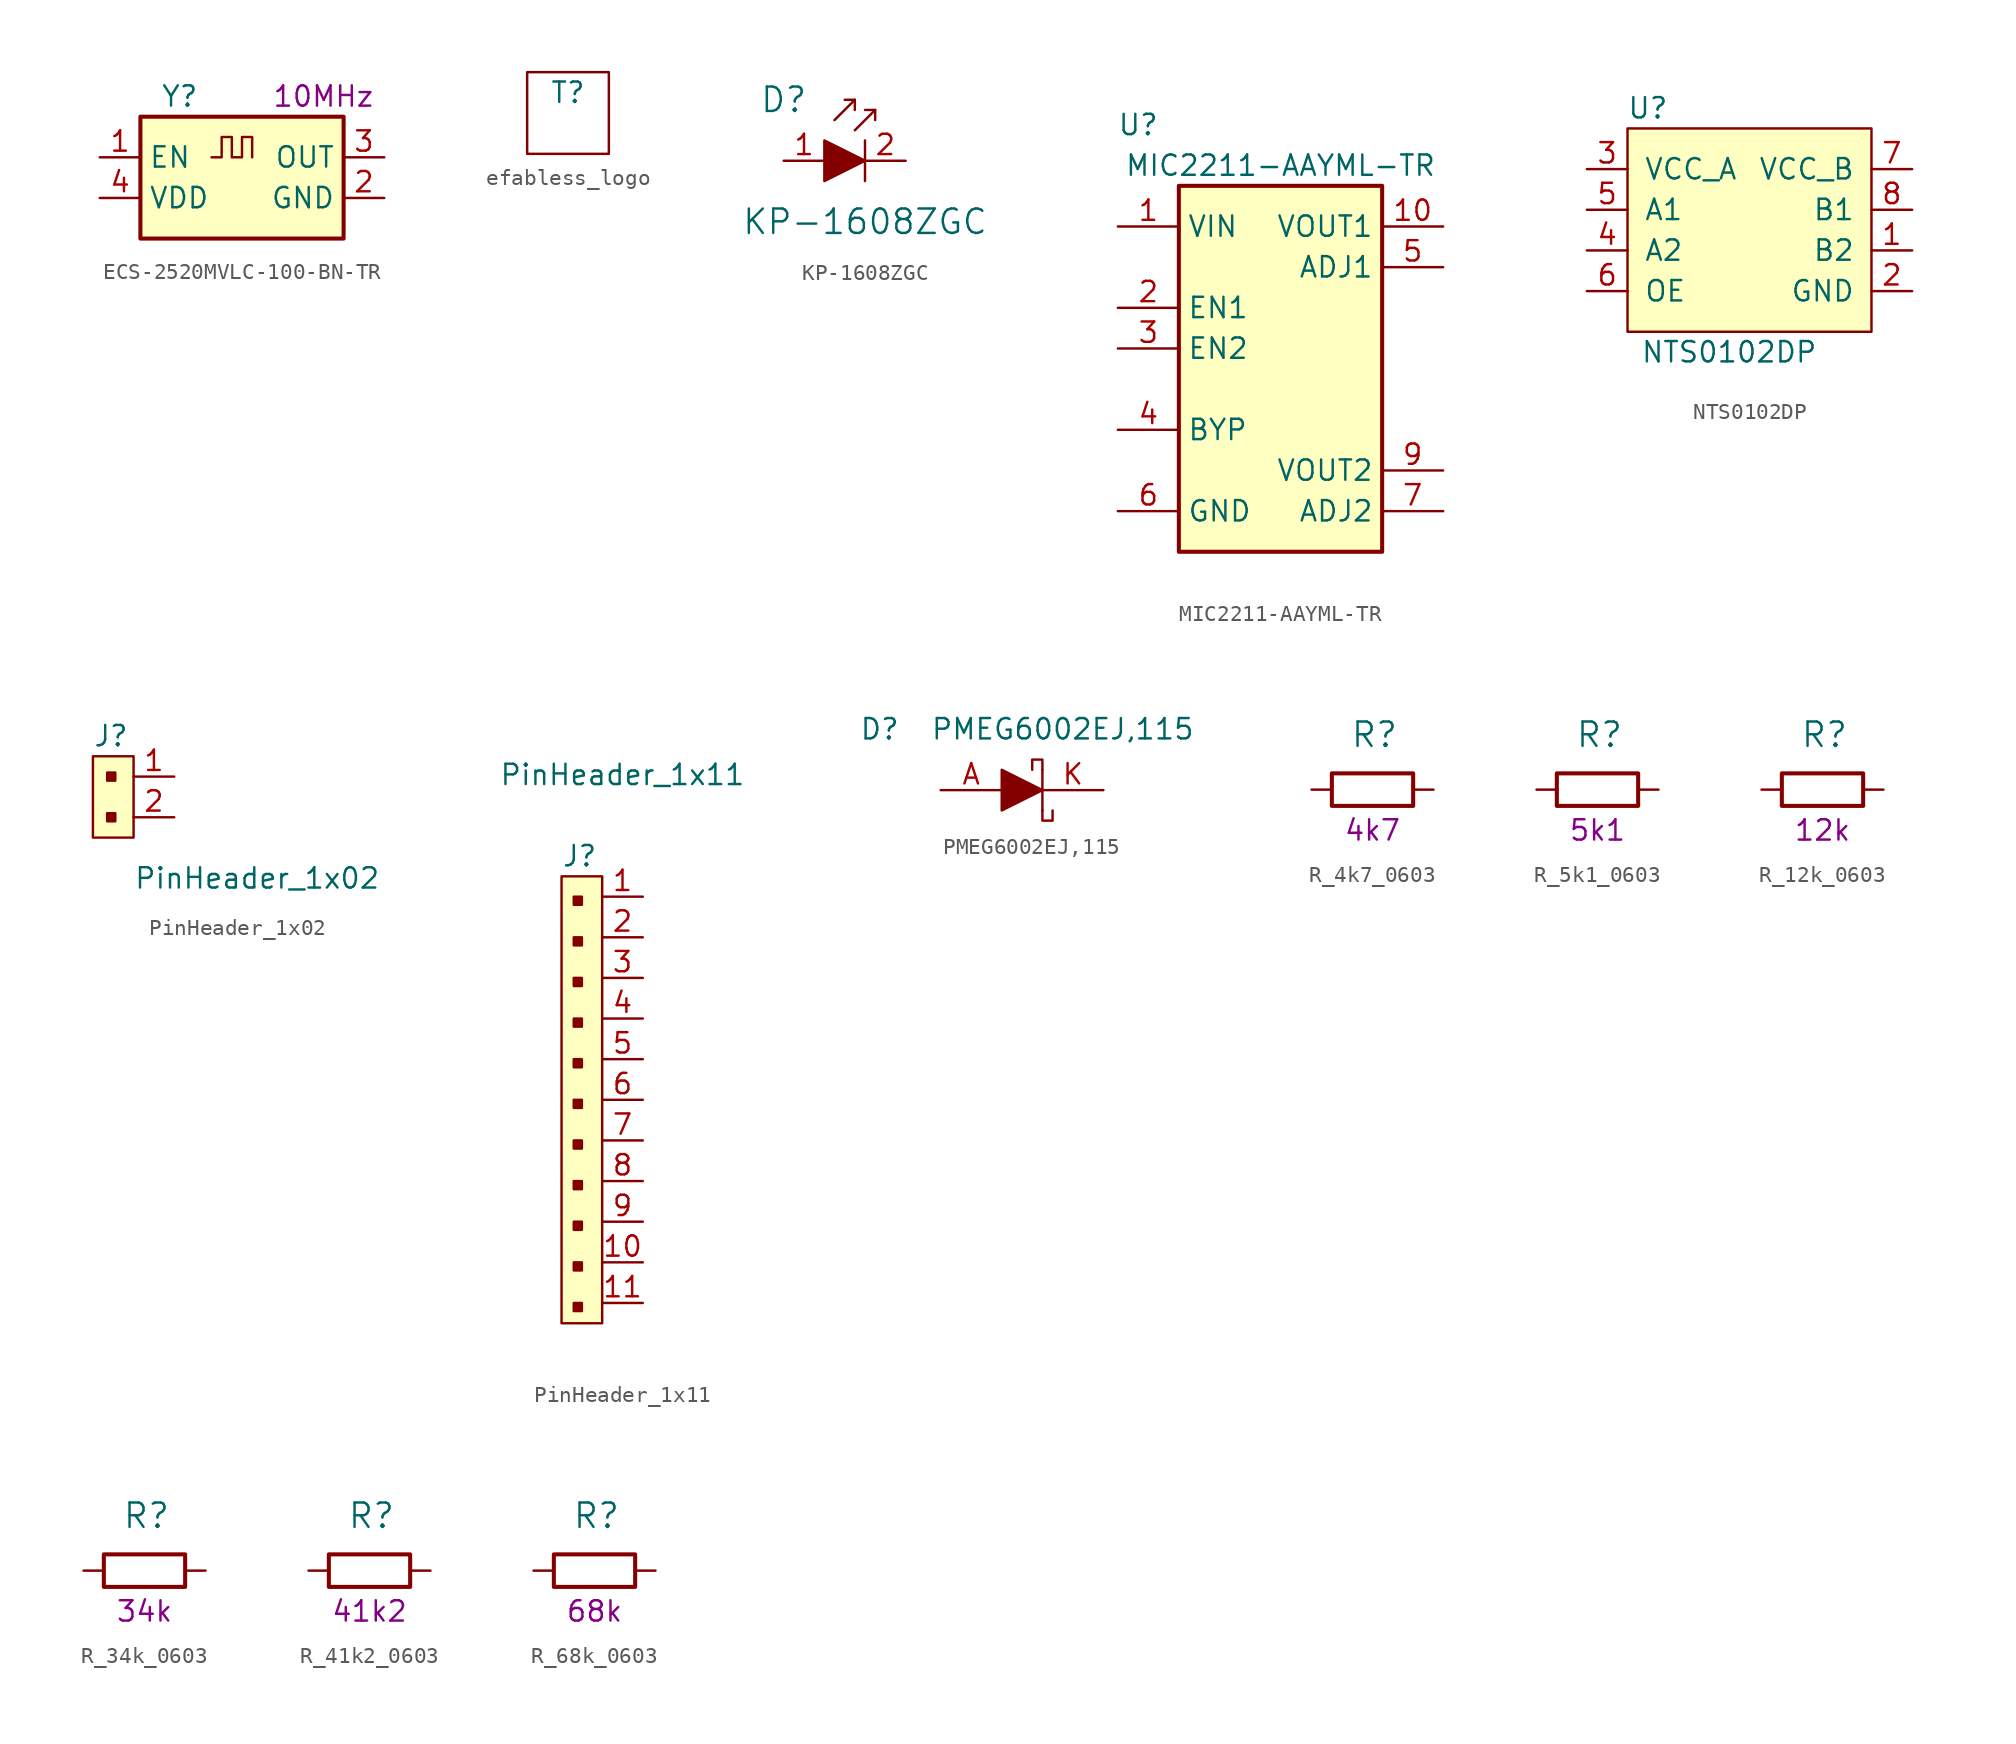
<source format=kicad_sym>
(kicad_symbol_lib
  (version 20211014)
  (generator kicad_symbol_editor)
  (symbol "ECS-2520MVLC-100-BN-TR"
    (property "Reference" "Y"
      (at -5.08 3.81 0)
      (effects (font (size 1.27 1.27)) (justify left)))
    (property "VAL" "10MHz"
      (at 5.08 3.81 0)
      (effects (font (size 1.27 1.27))))
    (symbol "ECS-2520MVLC-100-BN-TR_0_1"
      (rectangle (start -6.35 2.54) (end 6.35 -5.08) (stroke (width 0.254) (type default) (color 0 0 0 0)) (fill (type background)))
      (polyline (pts (xy -1.905 0) (xy -1.27 0) (xy -1.27 1.27) (xy -0.635 1.27) (xy -0.635 0) (xy 0 0) (xy 0 1.27) (xy 0.635 1.27) (xy 0.635 0)) (stroke (width 0) (type default) (color 0 0 0 0)) (fill (type none))))
    (symbol "ECS-2520MVLC-100-BN-TR_1_1"
      (pin input line (at -8.89 0 0) (length 2.54) (name "EN" (effects (font (size 1.27 1.27)))) (number "1" (effects (font (size 1.27 1.27)))))
      (pin power_in line (at 8.89 -2.54 180) (length 2.54) (name "GND" (effects (font (size 1.27 1.27)))) (number "2" (effects (font (size 1.27 1.27)))))
      (pin output line (at 8.89 0 180) (length 2.54) (name "OUT" (effects (font (size 1.27 1.27)))) (number "3" (effects (font (size 1.27 1.27)))))
      (pin power_in line (at -8.89 -2.54 0) (length 2.54) (name "VDD" (effects (font (size 1.27 1.27)))) (number "4" (effects (font (size 1.27 1.27)))))))
  (symbol "efabless_logo"
    (property "Reference" "T"
      (at 0 1.27 0)
      (effects (font (size 1.27 1.27))))
    (symbol "efabless_logo_0_1"
      (rectangle (start -2.54 2.54) (end 2.54 -2.54) (stroke (width 0) (type default) (color 0 0 0 0)) (fill (type none)))))
  (symbol "KP-1608ZGC"
    (pin_names
      (offset 0))
    (property "Reference" "D"
      (at -5.08 3.81 0)
      (effects (font (size 1.524 1.524))))
    (property "Value" "KP-1608ZGC"
      (at 0 -3.81 0)
      (effects (font (size 1.524 1.524))))
    (symbol "KP-1608ZGC_0_1"
      (polyline (pts (xy -0.635 3.81) (xy -1.905 2.54)) (stroke (width 0) (type default) (color 0 0 0 0)) (fill (type none)))
      (polyline (pts (xy 0 1.27) (xy 0 -1.27)) (stroke (width 0) (type default) (color 0 0 0 0)) (fill (type none)))
      (polyline (pts (xy 0.635 3.175) (xy -0.635 1.905)) (stroke (width 0) (type default) (color 0 0 0 0)) (fill (type none)))
      (polyline (pts (xy -1.27 3.81) (xy -0.635 3.81) (xy -0.635 3.175)) (stroke (width 0) (type default) (color 0 0 0 0)) (fill (type none)))
      (polyline (pts (xy 0 3.175) (xy 0.635 3.175) (xy 0.635 2.54)) (stroke (width 0) (type default) (color 0 0 0 0)) (fill (type none)))
      (polyline (pts (xy -2.54 1.27) (xy -2.54 -1.27) (xy 0 0) (xy -2.54 1.27)) (stroke (width 0) (type default) (color 0 0 0 0)) (fill (type outline))))
    (symbol "KP-1608ZGC_1_1"
      (pin passive line (at -5.08 0 0) (length 2.54) (name "~" (effects (font (size 1.27 1.27)))) (number "1" (effects (font (size 1.27 1.27)))))
      (pin passive line (at 2.54 0 180) (length 2.54) (name "~" (effects (font (size 1.27 1.27)))) (number "2" (effects (font (size 1.27 1.27)))))))
  (symbol "MIC2211-AAYML-TR"
    (property "Reference" "U"
      (at -8.89 8.89 0)
      (effects (font (size 1.27 1.27))))
    (property "Value" "MIC2211-AAYML-TR"
      (at 0 6.35 0)
      (effects (font (size 1.27 1.27))))
    (symbol "MIC2211-AAYML-TR_0_1"
      (rectangle (start -6.35 5.08) (end 6.35 -17.78) (stroke (width 0.254) (type default) (color 0 0 0 0)) (fill (type background))))
    (symbol "MIC2211-AAYML-TR_1_1"
      (pin power_in line (at -10.16 2.54 0) (length 3.81) (name "VIN" (effects (font (size 1.27 1.27)))) (number "1" (effects (font (size 1.27 1.27)))))
      (pin power_out line (at 10.16 2.54 180) (length 3.81) (name "VOUT1" (effects (font (size 1.27 1.27)))) (number "10" (effects (font (size 1.27 1.27)))))
      (pin power_in line (at -10.16 -15.24 0) (length 3.81) hide (name "EP" (effects (font (size 1.27 1.27)))) (number "11" (effects (font (size 1.27 1.27)))))
      (pin input line (at -10.16 -2.54 0) (length 3.81) (name "EN1" (effects (font (size 1.27 1.27)))) (number "2" (effects (font (size 1.27 1.27)))))
      (pin input line (at -10.16 -5.08 0) (length 3.81) (name "EN2" (effects (font (size 1.27 1.27)))) (number "3" (effects (font (size 1.27 1.27)))))
      (pin passive line (at -10.16 -10.16 0) (length 3.81) (name "BYP" (effects (font (size 1.27 1.27)))) (number "4" (effects (font (size 1.27 1.27)))))
      (pin input line (at 10.16 0 180) (length 3.81) (name "ADJ1" (effects (font (size 1.27 1.27)))) (number "5" (effects (font (size 1.27 1.27)))))
      (pin power_in line (at -10.16 -15.24 0) (length 3.81) (name "GND" (effects (font (size 1.27 1.27)))) (number "6" (effects (font (size 1.27 1.27)))))
      (pin input line (at 10.16 -15.24 180) (length 3.81) (name "ADJ2" (effects (font (size 1.27 1.27)))) (number "7" (effects (font (size 1.27 1.27)))))
      (pin no_connect line (at 10.16 -5.08 180) (length 3.81) hide (name "NC" (effects (font (size 1.27 1.27)))) (number "8" (effects (font (size 1.27 1.27)))))
      (pin power_out line (at 10.16 -12.7 180) (length 3.81) (name "VOUT2" (effects (font (size 1.27 1.27)))) (number "9" (effects (font (size 1.27 1.27)))))))
  (symbol "NTS0102DP"
    (pin_names
      (offset 1.016))
    (property "Reference" "U"
      (at -6.35 10.16 0)
      (effects (font (size 1.27 1.27))))
    (property "Value" "NTS0102DP"
      (at -1.27 -5.08 0)
      (effects (font (size 1.27 1.27))))
    (symbol "NTS0102DP_0_1"
      (rectangle (start -7.62 8.89) (end 7.62 -3.81) (stroke (width 0) (type default) (color 0 0 0 0)) (fill (type background))))
    (symbol "NTS0102DP_1_1"
      (pin bidirectional line (at 10.16 1.27 180) (length 2.54) (name "B2" (effects (font (size 1.27 1.27)))) (number "1" (effects (font (size 1.27 1.27)))))
      (pin power_in line (at 10.16 -1.27 180) (length 2.54) (name "GND" (effects (font (size 1.27 1.27)))) (number "2" (effects (font (size 1.27 1.27)))))
      (pin power_in line (at -10.16 6.35 0) (length 2.54) (name "VCC_A" (effects (font (size 1.27 1.27)))) (number "3" (effects (font (size 1.27 1.27)))))
      (pin bidirectional line (at -10.16 1.27 0) (length 2.54) (name "A2" (effects (font (size 1.27 1.27)))) (number "4" (effects (font (size 1.27 1.27)))))
      (pin bidirectional line (at -10.16 3.81 0) (length 2.54) (name "A1" (effects (font (size 1.27 1.27)))) (number "5" (effects (font (size 1.27 1.27)))))
      (pin power_in line (at -10.16 -1.27 0) (length 2.54) (name "OE" (effects (font (size 1.27 1.27)))) (number "6" (effects (font (size 1.27 1.27)))))
      (pin power_in line (at 10.16 6.35 180) (length 2.54) (name "VCC_B" (effects (font (size 1.27 1.27)))) (number "7" (effects (font (size 1.27 1.27)))))
      (pin bidirectional line (at 10.16 3.81 180) (length 2.54) (name "B1" (effects (font (size 1.27 1.27)))) (number "8" (effects (font (size 1.27 1.27)))))))
  (symbol "PinHeader_1x02"
    (pin_names
      (offset 1.016) hide)
    (property "Reference" "J"
      (at -1.27 3.81 0)
      (effects (font (size 1.27 1.27)) (justify left)))
    (property "Value" "PinHeader_1x02"
      (at 1.27 -5.08 0)
      (effects (font (size 1.27 1.27)) (justify left)))
    (symbol "PinHeader_1x02_1_1"
      (rectangle (start -1.27 2.54) (end 1.27 -2.54) (stroke (width 0) (type default) (color 0 0 0 0)) (fill (type background)))
      (rectangle (start 0.127 -1.016) (end -0.381 -1.524) (stroke (width 0) (type default) (color 0 0 0 0)) (fill (type outline)))
      (rectangle (start 0.127 1.524) (end -0.381 1.016) (stroke (width 0) (type default) (color 0 0 0 0)) (fill (type outline)))
      (pin passive line (at 3.81 1.27 180) (length 2.54) (name "~" (effects (font (size 1.27 1.27)))) (number "1" (effects (font (size 1.27 1.27)))))
      (pin passive line (at 3.81 -1.27 180) (length 2.54) (name "~" (effects (font (size 1.27 1.27)))) (number "2" (effects (font (size 1.27 1.27)))))))
  (symbol "PinHeader_1x11"
    (pin_names
      (offset 1.016) hide)
    (property "Reference" "J"
      (at -1.27 15.24 0)
      (effects (font (size 1.27 1.27)) (justify left)))
    (property "Value" "PinHeader_1x11"
      (at 2.54 20.32 0)
      (effects (font (size 1.27 1.27))))
    (symbol "PinHeader_1x11_1_1"
      (rectangle (start -1.27 13.97) (end 1.27 -13.97) (stroke (width 0) (type default) (color 0 0 0 0)) (fill (type background)))
      (rectangle (start 0 -12.7) (end -0.508 -13.208) (stroke (width 0) (type default) (color 0 0 0 0)) (fill (type outline)))
      (rectangle (start 0 -10.16) (end -0.508 -10.668) (stroke (width 0) (type default) (color 0 0 0 0)) (fill (type outline)))
      (rectangle (start 0 -7.62) (end -0.508 -8.128) (stroke (width 0) (type default) (color 0 0 0 0)) (fill (type outline)))
      (rectangle (start 0 -5.08) (end -0.508 -5.588) (stroke (width 0) (type default) (color 0 0 0 0)) (fill (type outline)))
      (rectangle (start 0 -2.54) (end -0.508 -3.048) (stroke (width 0) (type default) (color 0 0 0 0)) (fill (type outline)))
      (rectangle (start 0 0) (end -0.508 -0.508) (stroke (width 0) (type default) (color 0 0 0 0)) (fill (type outline)))
      (rectangle (start 0 2.54) (end -0.508 2.032) (stroke (width 0) (type default) (color 0 0 0 0)) (fill (type outline)))
      (rectangle (start 0 5.08) (end -0.508 4.572) (stroke (width 0) (type default) (color 0 0 0 0)) (fill (type outline)))
      (rectangle (start 0 7.62) (end -0.508 7.112) (stroke (width 0) (type default) (color 0 0 0 0)) (fill (type outline)))
      (rectangle (start 0 10.16) (end -0.508 9.652) (stroke (width 0) (type default) (color 0 0 0 0)) (fill (type outline)))
      (rectangle (start 0 12.7) (end -0.508 12.192) (stroke (width 0) (type default) (color 0 0 0 0)) (fill (type outline)))
      (pin passive line (at 3.81 12.7 180) (length 2.54) (name "~" (effects (font (size 1.27 1.27)))) (number "1" (effects (font (size 1.27 1.27)))))
      (pin passive line (at 3.81 -10.16 180) (length 2.54) (name "~" (effects (font (size 1.27 1.27)))) (number "10" (effects (font (size 1.27 1.27)))))
      (pin passive line (at 3.81 -12.7 180) (length 2.54) (name "~" (effects (font (size 1.27 1.27)))) (number "11" (effects (font (size 1.27 1.27)))))
      (pin passive line (at 3.81 10.16 180) (length 2.54) (name "~" (effects (font (size 1.27 1.27)))) (number "2" (effects (font (size 1.27 1.27)))))
      (pin passive line (at 3.81 7.62 180) (length 2.54) (name "~" (effects (font (size 1.27 1.27)))) (number "3" (effects (font (size 1.27 1.27)))))
      (pin passive line (at 3.81 5.08 180) (length 2.54) (name "~" (effects (font (size 1.27 1.27)))) (number "4" (effects (font (size 1.27 1.27)))))
      (pin passive line (at 3.81 2.54 180) (length 2.54) (name "~" (effects (font (size 1.27 1.27)))) (number "5" (effects (font (size 1.27 1.27)))))
      (pin passive line (at 3.81 0 180) (length 2.54) (name "~" (effects (font (size 1.27 1.27)))) (number "6" (effects (font (size 1.27 1.27)))))
      (pin passive line (at 3.81 -2.54 180) (length 2.54) (name "~" (effects (font (size 1.27 1.27)))) (number "7" (effects (font (size 1.27 1.27)))))
      (pin passive line (at 3.81 -5.08 180) (length 2.54) (name "~" (effects (font (size 1.27 1.27)))) (number "8" (effects (font (size 1.27 1.27)))))
      (pin passive line (at 3.81 -7.62 180) (length 2.54) (name "~" (effects (font (size 1.27 1.27)))) (number "9" (effects (font (size 1.27 1.27)))))))
  (symbol "PMEG6002EJ,115"
    (pin_names
      (offset 1.016))
    (property "Reference" "D"
      (at -8.89 3.81 0)
      (effects (font (size 1.27 1.27))))
    (property "Value" "PMEG6002EJ,115"
      (at 2.54 3.81 0)
      (effects (font (size 1.27 1.27))))
    (symbol "PMEG6002EJ,115_1_1"
      (polyline (pts (xy 1.27 1.27) (xy 1.27 -1.27)) (stroke (width 0) (type default) (color 0 0 0 0)) (fill (type none)))
      (polyline (pts (xy -1.27 1.27) (xy -1.27 -1.27) (xy 1.27 0) (xy -1.27 1.27)) (stroke (width 0) (type default) (color 0 0 0 0)) (fill (type outline)))
      (polyline (pts (xy 1.27 -1.27) (xy 1.27 -1.905) (xy 1.905 -1.905) (xy 1.905 -1.27)) (stroke (width 0) (type default) (color 0 0 0 0)) (fill (type none)))
      (polyline (pts (xy 1.27 1.27) (xy 1.27 1.905) (xy 0.635 1.905) (xy 0.635 1.27)) (stroke (width 0) (type default) (color 0 0 0 0)) (fill (type none)))
      (pin passive line (at -5.08 0 0) (length 3.81) (name "~" (effects (font (size 1.27 1.27)))) (number "A" (effects (font (size 1.27 1.27)))))
      (pin passive line (at 5.08 0 180) (length 3.81) (name "~" (effects (font (size 1.27 1.27)))) (number "K" (effects (font (size 1.27 1.27)))))))
  (symbol "R_4k7_0603"
    (pin_names
      (offset 0))
    (property "Reference" "R"
      (at -1.397 3.429 0)
      (effects (font (size 1.524 1.524)) (justify left)))
    (property "Val" "4k7"
      (at 0 -2.54 0)
      (effects (font (size 1.27 1.27))))
    (symbol "R_4k7_0603_1_1"
      (rectangle (start 2.54 -1.016) (end -2.54 1.016) (stroke (width 0.254) (type default) (color 0 0 0 0)) (fill (type none)))
      (pin passive line (at -3.81 0 0) (length 1.27) (name "~" (effects (font (size 0 0)))) (number "1" (effects (font (size 0 0)))))
      (pin passive line (at 3.81 0 180) (length 1.27) (name "~" (effects (font (size 0 0)))) (number "2" (effects (font (size 0 0)))))))
  (symbol "R_5k1_0603"
    (pin_names
      (offset 0))
    (property "Reference" "R"
      (at -1.397 3.429 0)
      (effects (font (size 1.524 1.524)) (justify left)))
    (property "Val" "5k1"
      (at 0 -2.54 0)
      (effects (font (size 1.27 1.27))))
    (symbol "R_5k1_0603_1_1"
      (rectangle (start 2.54 -1.016) (end -2.54 1.016) (stroke (width 0.254) (type default) (color 0 0 0 0)) (fill (type none)))
      (pin passive line (at -3.81 0 0) (length 1.27) (name "~" (effects (font (size 0 0)))) (number "1" (effects (font (size 0 0)))))
      (pin passive line (at 3.81 0 180) (length 1.27) (name "~" (effects (font (size 0 0)))) (number "2" (effects (font (size 0 0)))))))
  (symbol "R_12k_0603"
    (pin_names
      (offset 0))
    (property "Reference" "R"
      (at -1.397 3.429 0)
      (effects (font (size 1.524 1.524)) (justify left)))
    (property "Val" "12k"
      (at 0 -2.54 0)
      (effects (font (size 1.27 1.27))))
    (symbol "R_12k_0603_1_1"
      (rectangle (start 2.54 -1.016) (end -2.54 1.016) (stroke (width 0.254) (type default) (color 0 0 0 0)) (fill (type none)))
      (pin passive line (at -3.81 0 0) (length 1.27) (name "~" (effects (font (size 0 0)))) (number "1" (effects (font (size 0 0)))))
      (pin passive line (at 3.81 0 180) (length 1.27) (name "~" (effects (font (size 0 0)))) (number "2" (effects (font (size 0 0)))))))
  (symbol "R_34k_0603"
    (pin_names
      (offset 0))
    (property "Reference" "R"
      (at -1.397 3.429 0)
      (effects (font (size 1.524 1.524)) (justify left)))
    (property "Val" "34k"
      (at 0 -2.54 0)
      (effects (font (size 1.27 1.27))))
    (symbol "R_34k_0603_1_1"
      (rectangle (start 2.54 -1.016) (end -2.54 1.016) (stroke (width 0.254) (type default) (color 0 0 0 0)) (fill (type none)))
      (pin passive line (at -3.81 0 0) (length 1.27) (name "~" (effects (font (size 0 0)))) (number "1" (effects (font (size 0 0)))))
      (pin passive line (at 3.81 0 180) (length 1.27) (name "~" (effects (font (size 0 0)))) (number "2" (effects (font (size 0 0)))))))
  (symbol "R_41k2_0603"
    (pin_names
      (offset 0))
    (property "Reference" "R"
      (at -1.397 3.429 0)
      (effects (font (size 1.524 1.524)) (justify left)))
    (property "Val" "41k2"
      (at 0 -2.54 0)
      (effects (font (size 1.27 1.27))))
    (symbol "R_41k2_0603_1_1"
      (rectangle (start 2.54 -1.016) (end -2.54 1.016) (stroke (width 0.254) (type default) (color 0 0 0 0)) (fill (type none)))
      (pin passive line (at -3.81 0 0) (length 1.27) (name "~" (effects (font (size 0 0)))) (number "1" (effects (font (size 0 0)))))
      (pin passive line (at 3.81 0 180) (length 1.27) (name "~" (effects (font (size 0 0)))) (number "2" (effects (font (size 0 0)))))))
  (symbol "R_68k_0603"
    (pin_names
      (offset 0))
    (property "Reference" "R"
      (at -1.397 3.429 0)
      (effects (font (size 1.524 1.524)) (justify left)))
    (property "Val" "68k"
      (at 0 -2.54 0)
      (effects (font (size 1.27 1.27))))
    (symbol "R_68k_0603_1_1"
      (rectangle (start 2.54 -1.016) (end -2.54 1.016) (stroke (width 0.254) (type default) (color 0 0 0 0)) (fill (type none)))
      (pin passive line (at -3.81 0 0) (length 1.27) (name "~" (effects (font (size 0 0)))) (number "1" (effects (font (size 0 0)))))
      (pin passive line (at 3.81 0 180) (length 1.27) (name "~" (effects (font (size 0 0)))) (number "2" (effects (font (size 0 0))))))))
</source>
